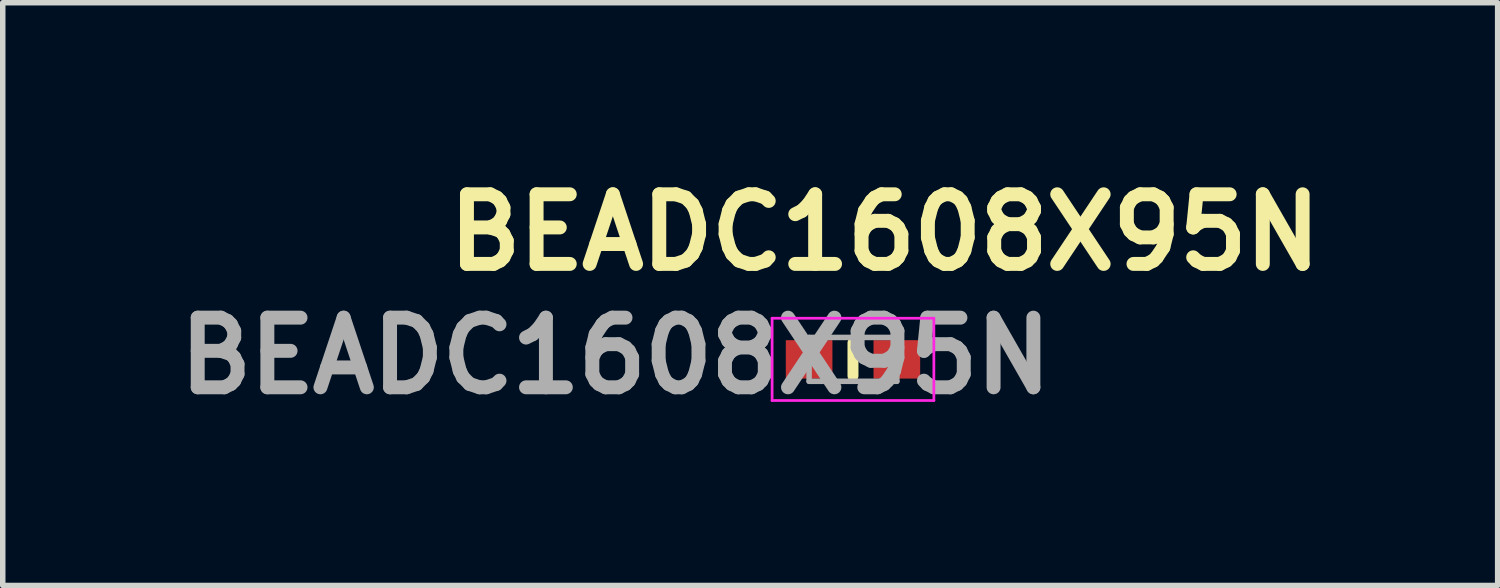
<source format=kicad_pcb>
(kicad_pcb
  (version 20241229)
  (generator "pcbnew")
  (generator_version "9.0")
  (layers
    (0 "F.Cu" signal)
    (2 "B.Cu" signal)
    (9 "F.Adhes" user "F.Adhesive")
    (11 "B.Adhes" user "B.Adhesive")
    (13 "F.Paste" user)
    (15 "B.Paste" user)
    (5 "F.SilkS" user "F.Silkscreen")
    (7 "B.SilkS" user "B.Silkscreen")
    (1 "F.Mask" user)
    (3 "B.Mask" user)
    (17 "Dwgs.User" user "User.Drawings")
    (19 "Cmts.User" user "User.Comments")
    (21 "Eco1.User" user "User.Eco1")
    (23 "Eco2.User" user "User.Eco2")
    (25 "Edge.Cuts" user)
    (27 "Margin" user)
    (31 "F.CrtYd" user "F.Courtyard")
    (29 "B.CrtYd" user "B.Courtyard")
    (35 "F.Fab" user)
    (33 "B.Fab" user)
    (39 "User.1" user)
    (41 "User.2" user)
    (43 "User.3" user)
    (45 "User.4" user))
  (footprint "BEADC1608X95N"
    (layer "F.Cu")
    (at 12.506 3.504)
    (property "Reference" "BEADC1608X95N" (at 0.58 -2.315 0) (layer "F.SilkS") (effects (font (size 1.27 1.27) (thickness 0.254))))
    (attr smd)
    (fp_line (start 0 -0.3) (end 0 0.3) (stroke (width 0.2) (type solid)) (layer "F.SilkS"))
    (fp_line (start -1.475 -0.75) (end 1.475 -0.75) (stroke (width 0.05) (type solid)) (layer "F.CrtYd"))
    (fp_line (start -1.475 0.75) (end -1.475 -0.75) (stroke (width 0.05) (type solid)) (layer "F.CrtYd"))
    (fp_line (start 1.475 -0.75) (end 1.475 0.75) (stroke (width 0.05) (type solid)) (layer "F.CrtYd"))
    (fp_line (start 1.475 0.75) (end -1.475 0.75) (stroke (width 0.05) (type solid)) (layer "F.CrtYd"))
    (fp_line (start -0.8 -0.4) (end 0.8 -0.4) (stroke (width 0.1) (type solid)) (layer "F.Fab"))
    (fp_line (start -0.8 0.4) (end -0.8 -0.4) (stroke (width 0.1) (type solid)) (layer "F.Fab"))
    (fp_line (start 0.8 -0.4) (end 0.8 0.4) (stroke (width 0.1) (type solid)) (layer "F.Fab"))
    (fp_line (start 0.8 0.4) (end -0.8 0.4) (stroke (width 0.1) (type solid)) (layer "F.Fab"))
    (fp_text user "${REFERENCE}" (at -4.33 -0.065 0) (layer "F.Fab") (effects (font (size 1.27 1.27) (thickness 0.254))))
    (pad "1" smd rect (at -0.8 0) (size 0.85 0.7) (layers "F.Cu" "F.Mask" "F.Paste"))
    (pad "2" smd rect (at 0.8 0) (size 0.85 0.7) (layers "F.Cu" "F.Mask" "F.Paste")))
  (gr_rect
    (start -3 -3)
    (end 24.263 7.627)
    (stroke (width 0.1) (type default))
    (fill no)
    (layer "Edge.Cuts")))
</source>
